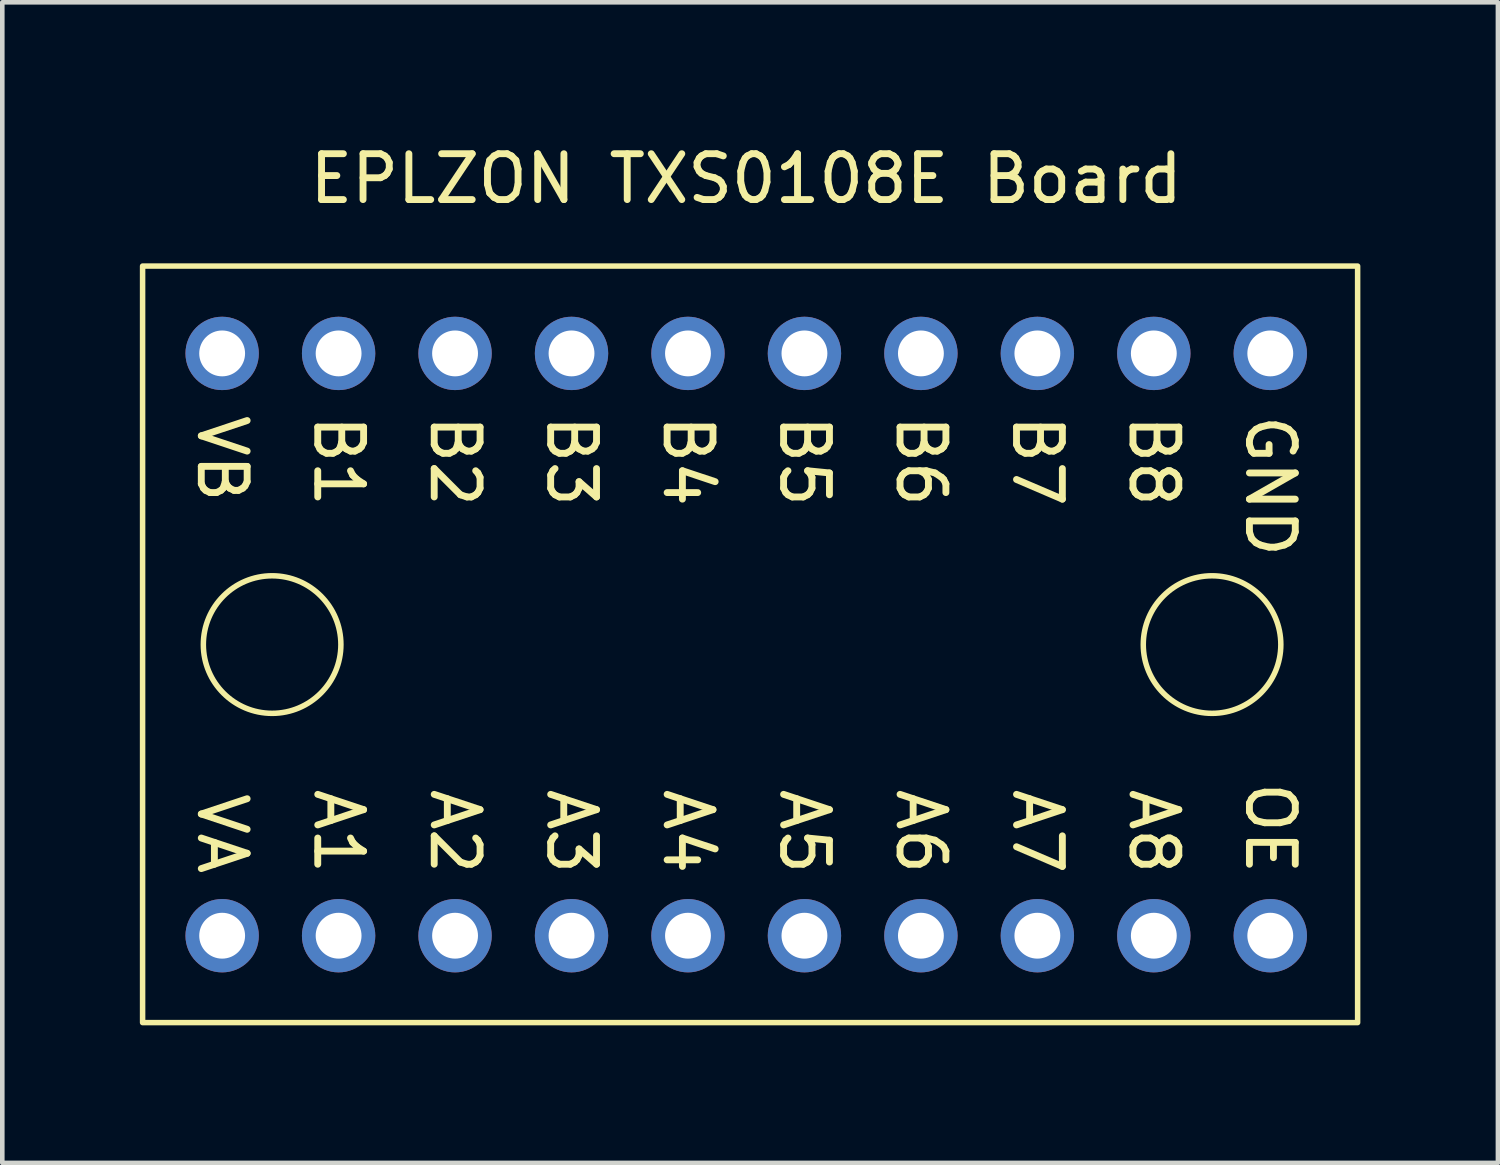
<source format=kicad_pcb>
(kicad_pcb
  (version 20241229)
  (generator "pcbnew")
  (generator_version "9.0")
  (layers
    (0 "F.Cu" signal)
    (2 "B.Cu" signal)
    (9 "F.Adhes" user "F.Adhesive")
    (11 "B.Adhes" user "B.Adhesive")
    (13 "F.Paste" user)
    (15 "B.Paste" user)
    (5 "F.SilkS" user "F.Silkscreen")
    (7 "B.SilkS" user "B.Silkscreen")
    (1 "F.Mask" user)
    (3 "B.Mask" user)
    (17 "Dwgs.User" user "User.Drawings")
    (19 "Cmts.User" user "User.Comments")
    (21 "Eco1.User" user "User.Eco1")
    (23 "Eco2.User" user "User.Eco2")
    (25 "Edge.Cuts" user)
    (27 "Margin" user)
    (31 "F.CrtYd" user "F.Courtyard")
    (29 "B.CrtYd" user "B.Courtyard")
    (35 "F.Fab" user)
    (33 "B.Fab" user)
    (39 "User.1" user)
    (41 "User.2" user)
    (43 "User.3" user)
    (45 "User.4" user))
  (footprint "EPLZON TXS0108E Board"
    (layer "F.Cu")
    (at 0.525 3.388)
    (property "Reference" "EPLZON TXS0108E Board" (at 12.7 -2.54 0) (unlocked yes) (layer "F.SilkS") (effects (font (size 1 1) (thickness 0.15))))
    (attr through_hole)
    (fp_rect (start 26.035 -0.635) (end -0.465 15.865) (stroke (width 0.12) (type solid)) (fill no) (layer "F.SilkS"))
    (fp_circle (center 2.36 7.62) (end 3.86 7.62) (stroke (width 0.12) (type solid)) (fill no) (layer "F.SilkS"))
    (fp_circle (center 22.86 7.62) (end 24.36 7.62) (stroke (width 0.12) (type solid)) (fill no) (layer "F.SilkS"))
    (fp_text user "VB" (at 1.27 2.54 270) (unlocked yes) (layer "F.SilkS") (effects (font (size 1 1) (thickness 0.15)) (justify left)))
    (fp_text user "VA" (at 1.27 12.7 270) (unlocked yes) (layer "F.SilkS") (effects (font (size 1 1) (thickness 0.15)) (justify right)))
    (fp_text user "GND" (at 24.13 2.54 270) (unlocked yes) (layer "F.SilkS") (effects (font (size 1 1) (thickness 0.15)) (justify left)))
    (fp_text user "A1" (at 3.81 12.7 270) (unlocked yes) (layer "F.SilkS") (effects (font (size 1 1) (thickness 0.15)) (justify right)))
    (fp_text user "B6" (at 16.51 2.54 270) (unlocked yes) (layer "F.SilkS") (effects (font (size 1 1) (thickness 0.15)) (justify left)))
    (fp_text user "A7" (at 19.05 12.7 270) (unlocked yes) (layer "F.SilkS") (effects (font (size 1 1) (thickness 0.15)) (justify right)))
    (fp_text user "OE" (at 24.13 12.7 270) (unlocked yes) (layer "F.SilkS") (effects (font (size 1 1) (thickness 0.15)) (justify right)))
    (fp_text user "B5" (at 13.97 2.54 270) (unlocked yes) (layer "F.SilkS") (effects (font (size 1 1) (thickness 0.15)) (justify left)))
    (fp_text user "B3" (at 8.89 2.54 270) (unlocked yes) (layer "F.SilkS") (effects (font (size 1 1) (thickness 0.15)) (justify left)))
    (fp_text user "A3" (at 8.89 12.7 270) (unlocked yes) (layer "F.SilkS") (effects (font (size 1 1) (thickness 0.15)) (justify right)))
    (fp_text user "B8" (at 21.59 2.54 270) (unlocked yes) (layer "F.SilkS") (effects (font (size 1 1) (thickness 0.15)) (justify left)))
    (fp_text user "A4" (at 11.43 12.7 270) (unlocked yes) (layer "F.SilkS") (effects (font (size 1 1) (thickness 0.15)) (justify right)))
    (fp_text user "A6" (at 16.51 12.7 270) (unlocked yes) (layer "F.SilkS") (effects (font (size 1 1) (thickness 0.15)) (justify right)))
    (fp_text user "B7" (at 19.05 2.54 270) (unlocked yes) (layer "F.SilkS") (effects (font (size 1 1) (thickness 0.15)) (justify left)))
    (fp_text user "A2" (at 6.35 12.7 270) (unlocked yes) (layer "F.SilkS") (effects (font (size 1 1) (thickness 0.15)) (justify right)))
    (fp_text user "A8" (at 21.59 12.7 270) (unlocked yes) (layer "F.SilkS") (effects (font (size 1 1) (thickness 0.15)) (justify right)))
    (fp_text user "A5" (at 13.97 12.7 270) (unlocked yes) (layer "F.SilkS") (effects (font (size 1 1) (thickness 0.15)) (justify right)))
    (fp_text user "B2" (at 6.35 2.54 270) (unlocked yes) (layer "F.SilkS") (effects (font (size 1 1) (thickness 0.15)) (justify left)))
    (fp_text user "B4" (at 11.43 2.54 270) (unlocked yes) (layer "F.SilkS") (effects (font (size 1 1) (thickness 0.15)) (justify left)))
    (fp_text user "B1" (at 3.81 2.54 270) (unlocked yes) (layer "F.SilkS") (effects (font (size 1 1) (thickness 0.15)) (justify left)))
    (pad "1" thru_hole circle (at 1.27 1.27) (size 1.6 1.6) (drill 1) (layers "*.Cu" "*.Mask"))
    (pad "2" thru_hole circle (at 3.81 1.27) (size 1.6 1.6) (drill 1) (layers "*.Cu" "*.Mask"))
    (pad "3" thru_hole circle (at 6.35 1.27) (size 1.6 1.6) (drill 1) (layers "*.Cu" "*.Mask"))
    (pad "4" thru_hole circle (at 8.89 1.27) (size 1.6 1.6) (drill 1) (layers "*.Cu" "*.Mask"))
    (pad "5" thru_hole circle (at 11.43 1.27) (size 1.6 1.6) (drill 1) (layers "*.Cu" "*.Mask"))
    (pad "6" thru_hole circle (at 13.97 1.27) (size 1.6 1.6) (drill 1) (layers "*.Cu" "*.Mask"))
    (pad "7" thru_hole circle (at 16.51 1.27) (size 1.6 1.6) (drill 1) (layers "*.Cu" "*.Mask"))
    (pad "8" thru_hole circle (at 19.05 1.27) (size 1.6 1.6) (drill 1) (layers "*.Cu" "*.Mask"))
    (pad "9" thru_hole circle (at 21.59 1.27) (size 1.6 1.6) (drill 1) (layers "*.Cu" "*.Mask"))
    (pad "10" thru_hole circle (at 24.13 1.27) (size 1.6 1.6) (drill 1) (layers "*.Cu" "*.Mask"))
    (pad "11" thru_hole circle (at 1.27 13.97) (size 1.6 1.6) (drill 1) (layers "*.Cu" "*.Mask"))
    (pad "12" thru_hole circle (at 3.81 13.97) (size 1.6 1.6) (drill 1) (layers "*.Cu" "*.Mask"))
    (pad "13" thru_hole circle (at 6.35 13.97) (size 1.6 1.6) (drill 1) (layers "*.Cu" "*.Mask"))
    (pad "14" thru_hole circle (at 8.89 13.97) (size 1.6 1.6) (drill 1) (layers "*.Cu" "*.Mask"))
    (pad "15" thru_hole circle (at 11.43 13.97) (size 1.6 1.6) (drill 1) (layers "*.Cu" "*.Mask"))
    (pad "16" thru_hole circle (at 13.97 13.97) (size 1.6 1.6) (drill 1) (layers "*.Cu" "*.Mask"))
    (pad "17" thru_hole circle (at 16.51 13.97) (size 1.6 1.6) (drill 1) (layers "*.Cu" "*.Mask"))
    (pad "18" thru_hole circle (at 19.05 13.97) (size 1.6 1.6) (drill 1) (layers "*.Cu" "*.Mask"))
    (pad "19" thru_hole circle (at 21.59 13.97) (size 1.6 1.6) (drill 1) (layers "*.Cu" "*.Mask"))
    (pad "20" thru_hole circle (at 24.13 13.97) (size 1.6 1.6) (drill 1) (layers "*.Cu" "*.Mask")))
  (gr_rect
    (start -3 -3)
    (end 29.62 22.313)
    (stroke (width 0.1) (type default))
    (fill no)
    (layer "Edge.Cuts")))
</source>
